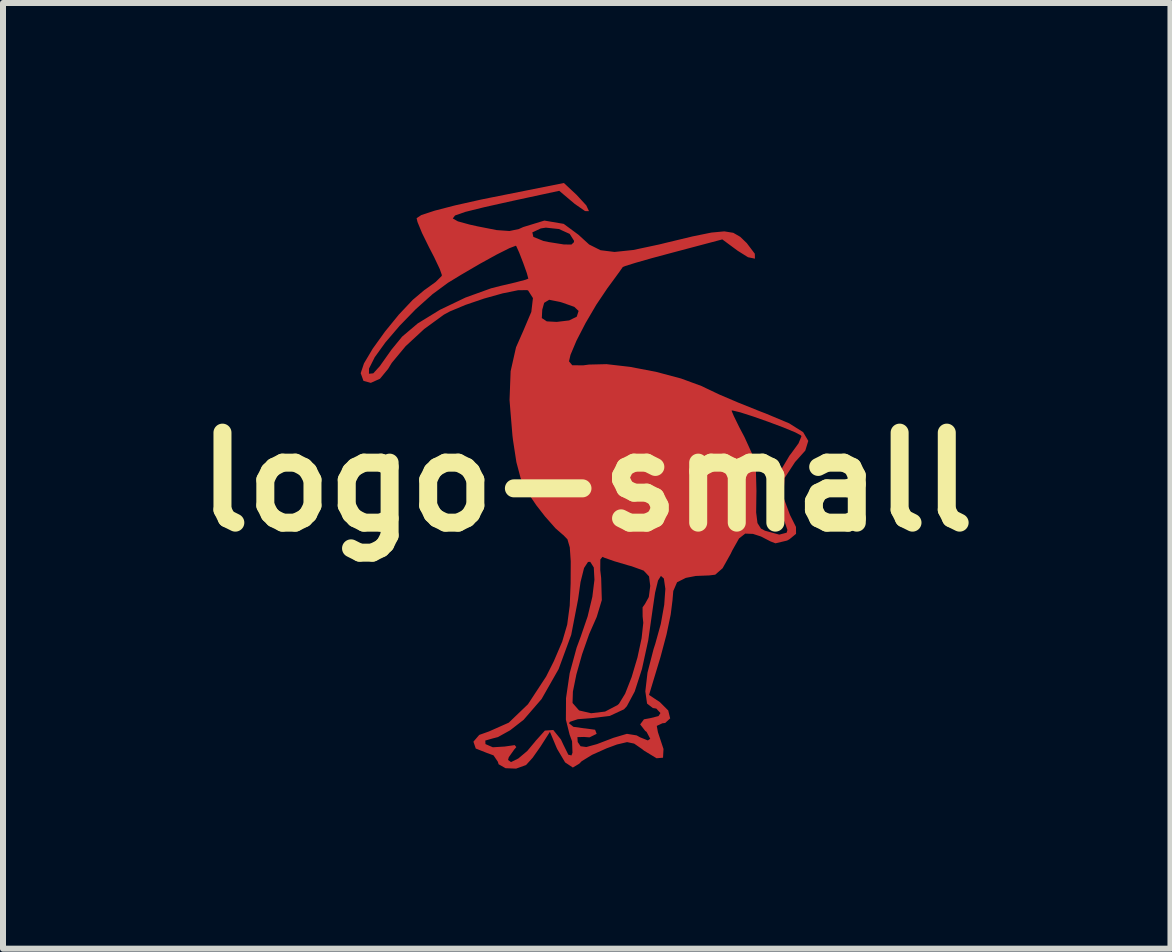
<source format=kicad_pcb>
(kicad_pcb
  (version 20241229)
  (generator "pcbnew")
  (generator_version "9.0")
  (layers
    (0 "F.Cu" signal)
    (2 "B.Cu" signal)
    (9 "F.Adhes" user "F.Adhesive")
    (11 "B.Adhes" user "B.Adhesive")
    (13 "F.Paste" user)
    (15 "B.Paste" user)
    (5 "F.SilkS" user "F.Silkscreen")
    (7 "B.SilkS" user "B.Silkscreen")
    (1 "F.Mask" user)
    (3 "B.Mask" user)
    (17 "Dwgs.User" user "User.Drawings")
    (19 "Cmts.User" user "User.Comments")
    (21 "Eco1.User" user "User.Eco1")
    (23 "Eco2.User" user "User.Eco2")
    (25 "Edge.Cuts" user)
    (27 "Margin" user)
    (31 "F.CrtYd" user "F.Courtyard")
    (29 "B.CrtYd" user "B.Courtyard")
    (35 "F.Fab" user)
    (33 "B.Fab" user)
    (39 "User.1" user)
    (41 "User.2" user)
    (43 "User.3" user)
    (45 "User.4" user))
  (footprint "logo-small"
    (layer "F.Cu")
    (at 6.729 4.982)
    (property "Reference" "logo-small" (at 0 0 0) (layer "F.SilkS") (effects (font (size 1.5 1.5) (thickness 0.3))))
    (attr board_only exclude_from_pos_files exclude_from_bom)
    (fp_poly (pts (xy -0.169 -4.784) (xy -0.008 -4.609) (xy 0.037 -4.513) (xy -0.028 -4.514) (xy -0.198 -4.632) (xy -0.209 -4.641) (xy -0.459 -4.852) (xy -1.237 -4.684) (xy -1.708 -4.579) (xy -2.023 -4.501) (xy -2.195 -4.441) (xy -2.233 -4.391) (xy -2.148 -4.343) (xy -1.951 -4.289) (xy -1.821 -4.26) (xy -1.5 -4.197) (xy -1.288 -4.182) (xy -1.132 -4.215) (xy -1.059 -4.248) (xy -0.706 -4.356) (xy -0.384 -4.301) (xy -0.14 -4.121) (xy 0.04 -3.957) (xy 0.229 -3.862) (xy 0.463 -3.833) (xy 0.777 -3.866) (xy 1.208 -3.958) (xy 1.318 -3.985) (xy 1.763 -4.092) (xy 2.077 -4.156) (xy 2.293 -4.176) (xy 2.442 -4.152) (xy 2.558 -4.085) (xy 2.667 -3.98) (xy 2.801 -3.803) (xy 2.803 -3.721) (xy 2.687 -3.745) (xy 2.512 -3.855) (xy 2.259 -4.042) (xy 1.437 -3.824) (xy 1.09 -3.731) (xy 0.813 -3.652) (xy 0.64 -3.598) (xy 0.6 -3.581) (xy 0.546 -3.504) (xy 0.424 -3.337) (xy 0.343 -3.227) (xy 0.159 -2.953) (xy -0.021 -2.646) (xy -0.172 -2.353) (xy -0.271 -2.118) (xy -0.296 -2.01) (xy -0.242 -1.945) (xy -0.061 -1.943) (xy 0.036 -1.956) (xy 0.329 -1.963) (xy 0.72 -1.918) (xy 1.154 -1.835) (xy 1.571 -1.724) (xy 1.914 -1.598) (xy 1.99 -1.561) (xy 2.209 -1.457) (xy 2.528 -1.321) (xy 2.887 -1.177) (xy 2.984 -1.14) (xy 3.373 -0.977) (xy 3.606 -0.83) (xy 3.692 -0.684) (xy 3.642 -0.522) (xy 3.471 -0.331) (xy 3.297 -0.065) (xy 3.276 0.251) (xy 3.387 0.55) (xy 3.487 0.75) (xy 3.488 0.865) (xy 3.381 0.953) (xy 3.339 0.977) (xy 3.145 1.023) (xy 3.064 0.992) (xy 2.903 0.909) (xy 2.77 0.866) (xy 2.641 0.861) (xy 2.538 0.942) (xy 2.424 1.144) (xy 2.399 1.197) (xy 2.264 1.438) (xy 2.141 1.546) (xy 2.042 1.558) (xy 1.817 1.567) (xy 1.651 1.599) (xy 1.505 1.672) (xy 1.442 1.818) (xy 1.429 1.972) (xy 1.399 2.21) (xy 1.33 2.539) (xy 1.236 2.892) (xy 1.229 2.918) (xy 1.038 3.55) (xy 1.218 3.669) (xy 1.358 3.809) (xy 1.39 3.941) (xy 1.307 4.017) (xy 1.261 4.022) (xy 1.167 4.066) (xy 1.186 4.17) (xy 1.279 4.451) (xy 1.271 4.596) (xy 1.163 4.605) (xy 0.954 4.478) (xy 0.923 4.453) (xy 0.79 4.361) (xy 0.672 4.336) (xy 0.503 4.376) (xy 0.33 4.44) (xy 0.089 4.548) (xy -0.084 4.654) (xy -0.125 4.696) (xy -0.232 4.76) (xy -0.361 4.674) (xy -0.493 4.451) (xy -0.506 4.422) (xy -0.614 4.165) (xy -0.771 4.411) (xy -0.902 4.597) (xy -1.009 4.715) (xy -1.014 4.719) (xy -1.178 4.778) (xy -1.354 4.771) (xy -1.469 4.705) (xy -1.482 4.663) (xy -1.554 4.557) (xy -1.671 4.514) (xy -1.85 4.443) (xy -1.889 4.329) (xy -1.873 4.31) (xy -1.691 4.31) (xy -1.688 4.369) (xy -1.566 4.422) (xy -1.368 4.41) (xy -1.201 4.386) (xy -1.174 4.419) (xy -1.209 4.46) (xy -1.299 4.587) (xy -1.312 4.634) (xy -1.262 4.669) (xy -1.141 4.609) (xy -0.992 4.484) (xy -0.859 4.325) (xy -0.857 4.321) (xy -0.698 4.144) (xy -0.558 4.134) (xy -0.43 4.293) (xy -0.389 4.381) (xy -0.307 4.546) (xy -0.255 4.558) (xy -0.238 4.513) (xy -0.245 4.322) (xy -0.286 4.211) (xy -0.333 4.022) (xy -0.296 4.022) (xy -0.223 4.081) (xy -0.045 4.106) (xy -0.037 4.106) (xy 0.139 4.13) (xy 0.165 4.198) (xy 0.046 4.257) (xy -0.046 4.25) (xy -0.156 4.253) (xy -0.151 4.334) (xy -0.103 4.405) (xy -0.007 4.418) (xy 0.171 4.369) (xy 0.446 4.264) (xy 0.669 4.198) (xy 0.831 4.224) (xy 0.891 4.257) (xy 1.018 4.308) (xy 1.058 4.281) (xy 0.997 4.166) (xy 0.974 4.149) (xy 0.89 4.041) (xy 0.953 3.956) (xy 1.058 3.937) (xy 1.196 3.902) (xy 1.228 3.852) (xy 1.159 3.777) (xy 1.101 3.768) (xy 1.005 3.694) (xy 0.976 3.49) (xy 1.012 3.179) (xy 1.113 2.787) (xy 1.141 2.701) (xy 1.234 2.366) (xy 1.291 2.047) (xy 1.31 1.782) (xy 1.285 1.61) (xy 1.236 1.566) (xy 1.188 1.643) (xy 1.139 1.844) (xy 1.102 2.095) (xy 1.024 2.643) (xy 0.92 3.118) (xy 0.799 3.493) (xy 0.668 3.738) (xy 0.621 3.789) (xy 0.383 3.9) (xy 0.075 3.937) (xy -0.149 3.954) (xy -0.281 3.998) (xy -0.296 4.022) (xy -0.333 4.022) (xy -0.348 3.961) (xy -0.346 3.678) (xy -0.237 3.678) (xy -0.236 3.685) (xy -0.128 3.808) (xy 0.073 3.855) (xy 0.305 3.827) (xy 0.511 3.72) (xy 0.537 3.697) (xy 0.64 3.528) (xy 0.748 3.252) (xy 0.845 2.925) (xy 0.914 2.605) (xy 0.942 2.348) (xy 0.931 2.242) (xy 0.93 2.09) (xy 0.97 2.034) (xy 1.034 1.918) (xy 1.058 1.734) (xy 1.038 1.574) (xy 0.948 1.478) (xy 0.744 1.404) (xy 0.698 1.392) (xy 0.461 1.322) (xy 0.293 1.263) (xy 0.262 1.248) (xy 0.226 1.293) (xy 0.225 1.47) (xy 0.24 1.601) (xy 0.251 1.969) (xy 0.166 2.25) (xy 0.04 2.536) (xy -0.078 2.872) (xy -0.173 3.208) (xy -0.231 3.494) (xy -0.237 3.678) (xy -0.346 3.678) (xy -0.346 3.605) (xy -0.285 3.189) (xy -0.169 2.762) (xy -0.1 2.576) (xy 0.015 2.24) (xy 0.093 1.914) (xy 0.128 1.63) (xy 0.117 1.425) (xy 0.058 1.332) (xy 0.021 1.333) (xy -0.045 1.434) (xy -0.104 1.669) (xy -0.144 1.954) (xy -0.259 2.548) (xy -0.469 3.119) (xy -0.752 3.617) (xy -1.052 3.964) (xy -1.277 4.139) (xy -1.48 4.252) (xy -1.572 4.276) (xy -1.691 4.31) (xy -1.873 4.31) (xy -1.792 4.216) (xy -1.629 4.158) (xy -1.3 4.012) (xy -0.98 3.705) (xy -0.677 3.243) (xy -0.549 2.988) (xy -0.409 2.661) (xy -0.326 2.377) (xy -0.284 2.062) (xy -0.269 1.691) (xy -0.267 1.323) (xy -0.283 1.09) (xy -0.322 0.956) (xy -0.391 0.885) (xy -0.395 0.883) (xy -0.52 0.774) (xy -0.696 0.575) (xy -0.842 0.387) (xy -1 0.154) (xy -1.103 -0.066) (xy -1.173 -0.33) (xy -1.229 -0.695) (xy -1.238 -0.767) (xy -1.273 -1.188) (xy 2.413 -1.188) (xy 2.45 -1.1) (xy 2.543 -0.91) (xy 2.63 -0.745) (xy 2.759 -0.462) (xy 2.819 -0.191) (xy 2.828 0.15) (xy 2.827 0.205) (xy 2.823 0.508) (xy 2.845 0.685) (xy 2.903 0.777) (xy 2.97 0.813) (xy 3.208 0.878) (xy 3.331 0.846) (xy 3.344 0.801) (xy 3.301 0.672) (xy 3.21 0.508) (xy 3.12 0.225) (xy 3.178 -0.101) (xy 3.38 -0.441) (xy 3.404 -0.471) (xy 3.529 -0.643) (xy 3.577 -0.758) (xy 3.572 -0.774) (xy 3.475 -0.826) (xy 3.277 -0.908) (xy 3.026 -1.002) (xy 2.77 -1.092) (xy 2.555 -1.161) (xy 2.428 -1.191) (xy 2.413 -1.188) (xy -1.273 -1.188) (xy -1.287 -1.365) (xy -1.269 -1.845) (xy -1.179 -2.244) (xy -1.055 -2.525) (xy -0.968 -2.731) (xy -0.749 -2.731) (xy -0.666 -2.676) (xy -0.501 -2.667) (xy -0.293 -2.692) (xy -0.169 -2.753) (xy -0.166 -2.757) (xy -0.136 -2.85) (xy -0.208 -2.918) (xy -0.412 -2.99) (xy -0.446 -3) (xy -0.627 -3.036) (xy -0.71 -2.985) (xy -0.742 -2.87) (xy -0.749 -2.731) (xy -0.968 -2.731) (xy -0.924 -2.834) (xy -0.897 -3.064) (xy -0.977 -3.19) (xy -0.995 -3.197) (xy -1.145 -3.195) (xy -1.401 -3.143) (xy -1.709 -3.057) (xy -2.02 -2.951) (xy -2.281 -2.842) (xy -2.381 -2.788) (xy -2.71 -2.548) (xy -3.018 -2.263) (xy -3.25 -1.984) (xy -3.311 -1.884) (xy -3.446 -1.72) (xy -3.599 -1.651) (xy -3.722 -1.685) (xy -3.764 -1.803) (xy -3.63 -1.803) (xy -3.558 -1.81) (xy -3.447 -1.932) (xy -3.427 -1.961) (xy -3.255 -2.204) (xy -3.077 -2.422) (xy -2.817 -2.642) (xy -2.447 -2.869) (xy -2.021 -3.073) (xy -1.595 -3.227) (xy -1.438 -3.267) (xy -1.186 -3.326) (xy -1.017 -3.371) (xy -0.974 -3.388) (xy -0.999 -3.481) (xy -1.059 -3.649) (xy -1.126 -3.822) (xy -1.174 -3.928) (xy -1.181 -3.937) (xy -1.289 -3.896) (xy -1.504 -3.788) (xy -1.785 -3.633) (xy -2.093 -3.453) (xy -2.313 -3.319) (xy -2.572 -3.128) (xy -2.849 -2.88) (xy -3.119 -2.602) (xy -3.356 -2.325) (xy -3.534 -2.078) (xy -3.629 -1.889) (xy -3.63 -1.803) (xy -3.764 -1.803) (xy -3.768 -1.812) (xy -3.713 -1.976) (xy -3.568 -2.22) (xy -3.364 -2.504) (xy -3.132 -2.789) (xy -2.901 -3.034) (xy -2.703 -3.201) (xy -2.697 -3.204) (xy -2.518 -3.333) (xy -2.42 -3.43) (xy -2.414 -3.446) (xy -2.45 -3.548) (xy -2.544 -3.747) (xy -2.625 -3.903) (xy -2.744 -4.145) (xy -2.75 -4.159) (xy -0.907 -4.159) (xy -0.89 -4.084) (xy -0.722 -4.016) (xy -0.635 -3.998) (xy -0.383 -3.958) (xy -0.256 -3.956) (xy -0.214 -3.995) (xy -0.212 -4.019) (xy -0.285 -4.134) (xy -0.464 -4.215) (xy -0.682 -4.238) (xy -0.766 -4.225) (xy -0.907 -4.159) (xy -2.75 -4.159) (xy -2.821 -4.332) (xy -2.836 -4.396) (xy -2.757 -4.448) (xy -2.535 -4.521) (xy -2.195 -4.609) (xy -1.762 -4.706) (xy -1.609 -4.737) (xy -0.381 -4.982)) (stroke (width 0) (type solid)) (fill yes) (layer "F.Cu")))
  (gr_rect
    (start -3 -3)
    (end 16.457 12.761)
    (stroke (width 0.1) (type default))
    (fill no)
    (layer "Edge.Cuts")))
</source>
